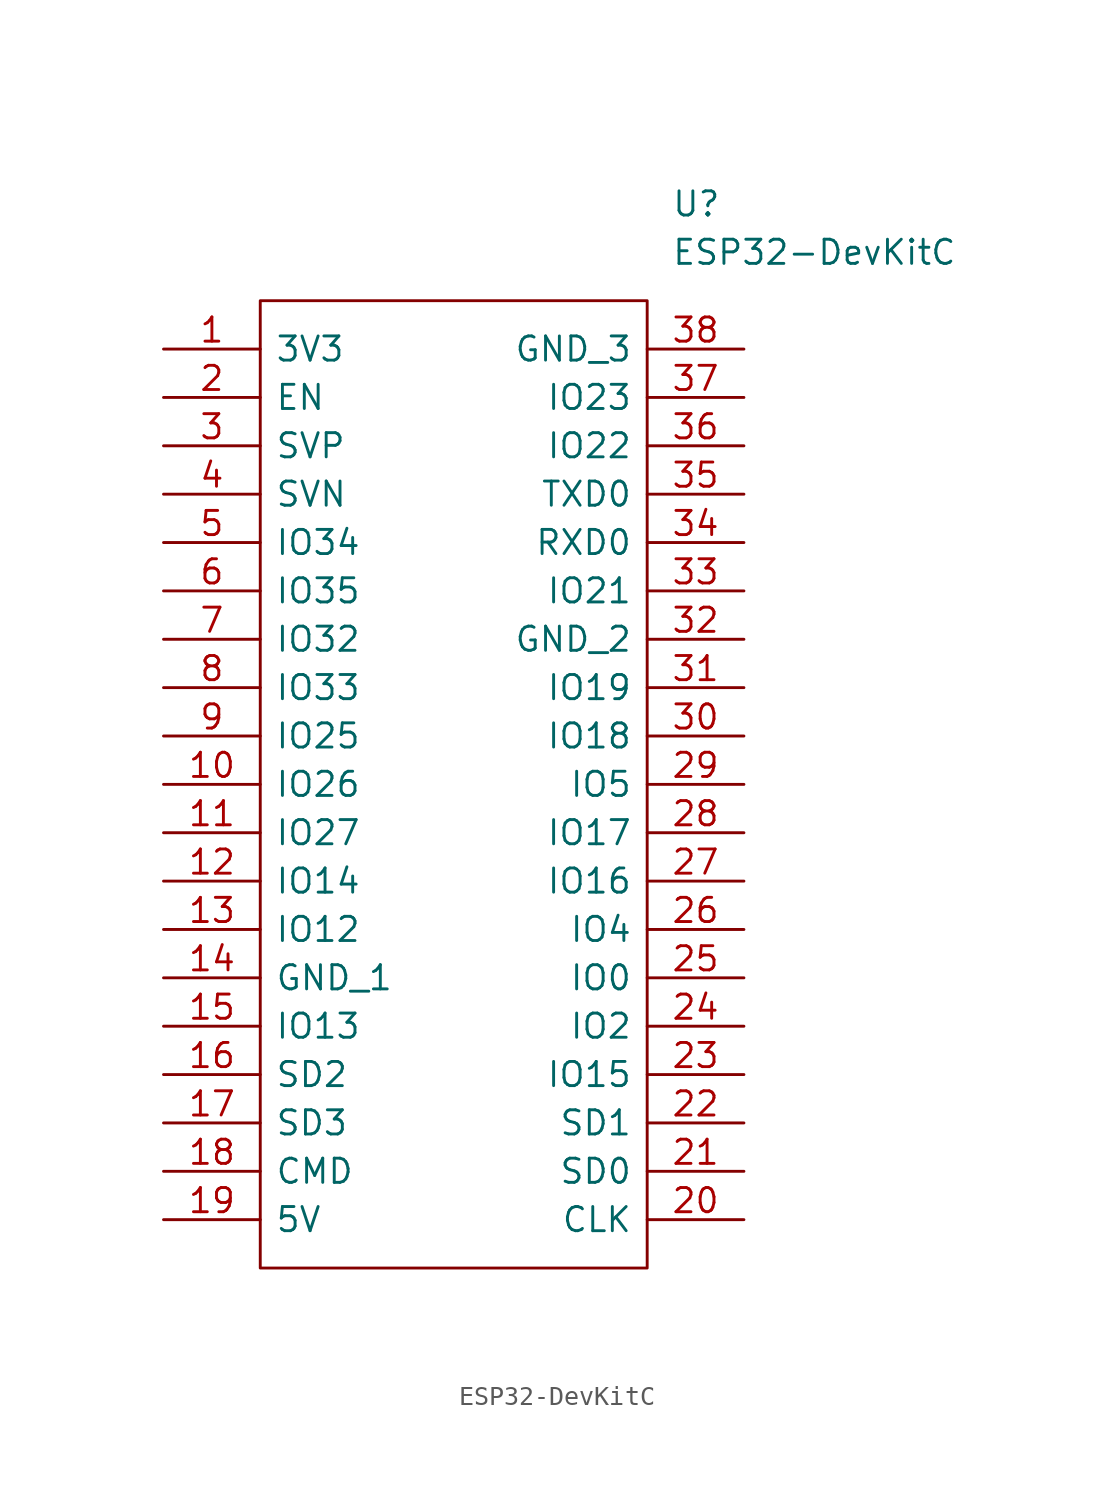
<source format=kicad_sym>
(kicad_symbol_lib
  (version 20211014)
  (generator kicad_symbol_editor)
  (symbol "ESP32-DevKitC"
    (pin_names
      (offset 0.762))
    (property "Reference" "U"
      (at 26.67 7.62 0)
      (effects (font (size 1.27 1.27)) (justify left)))
    (property "Value" "ESP32-DevKitC"
      (at 26.67 5.08 0)
      (effects (font (size 1.27 1.27)) (justify left)))
    (symbol "ESP32-DevKitC_0_0"
      (pin power_in line (at 0 0 0) (length 5.08) (name "3V3" (effects (font (size 1.27 1.27)))) (number "1" (effects (font (size 1.27 1.27)))))
      (pin bidirectional line (at 0 -22.86 0) (length 5.08) (name "IO26" (effects (font (size 1.27 1.27)))) (number "10" (effects (font (size 1.27 1.27)))))
      (pin bidirectional line (at 0 -25.4 0) (length 5.08) (name "IO27" (effects (font (size 1.27 1.27)))) (number "11" (effects (font (size 1.27 1.27)))))
      (pin bidirectional line (at 0 -27.94 0) (length 5.08) (name "IO14" (effects (font (size 1.27 1.27)))) (number "12" (effects (font (size 1.27 1.27)))))
      (pin bidirectional line (at 0 -30.48 0) (length 5.08) (name "IO12" (effects (font (size 1.27 1.27)))) (number "13" (effects (font (size 1.27 1.27)))))
      (pin power_in line (at 0 -33.02 0) (length 5.08) (name "GND_1" (effects (font (size 1.27 1.27)))) (number "14" (effects (font (size 1.27 1.27)))))
      (pin bidirectional line (at 0 -35.56 0) (length 5.08) (name "IO13" (effects (font (size 1.27 1.27)))) (number "15" (effects (font (size 1.27 1.27)))))
      (pin passive line (at 0 -38.1 0) (length 5.08) (name "SD2" (effects (font (size 1.27 1.27)))) (number "16" (effects (font (size 1.27 1.27)))))
      (pin passive line (at 0 -40.64 0) (length 5.08) (name "SD3" (effects (font (size 1.27 1.27)))) (number "17" (effects (font (size 1.27 1.27)))))
      (pin passive line (at 0 -43.18 0) (length 5.08) (name "CMD" (effects (font (size 1.27 1.27)))) (number "18" (effects (font (size 1.27 1.27)))))
      (pin power_in line (at 0 -45.72 0) (length 5.08) (name "5V" (effects (font (size 1.27 1.27)))) (number "19" (effects (font (size 1.27 1.27)))))
      (pin passive line (at 0 -2.54 0) (length 5.08) (name "EN" (effects (font (size 1.27 1.27)))) (number "2" (effects (font (size 1.27 1.27)))))
      (pin passive line (at 30.48 -45.72 180) (length 5.08) (name "CLK" (effects (font (size 1.27 1.27)))) (number "20" (effects (font (size 1.27 1.27)))))
      (pin passive line (at 30.48 -43.18 180) (length 5.08) (name "SD0" (effects (font (size 1.27 1.27)))) (number "21" (effects (font (size 1.27 1.27)))))
      (pin passive line (at 30.48 -40.64 180) (length 5.08) (name "SD1" (effects (font (size 1.27 1.27)))) (number "22" (effects (font (size 1.27 1.27)))))
      (pin passive line (at 30.48 -38.1 180) (length 5.08) (name "IO15" (effects (font (size 1.27 1.27)))) (number "23" (effects (font (size 1.27 1.27)))))
      (pin bidirectional line (at 30.48 -35.56 180) (length 5.08) (name "IO2" (effects (font (size 1.27 1.27)))) (number "24" (effects (font (size 1.27 1.27)))))
      (pin bidirectional line (at 30.48 -33.02 180) (length 5.08) (name "IO0" (effects (font (size 1.27 1.27)))) (number "25" (effects (font (size 1.27 1.27)))))
      (pin bidirectional line (at 30.48 -30.48 180) (length 5.08) (name "IO4" (effects (font (size 1.27 1.27)))) (number "26" (effects (font (size 1.27 1.27)))))
      (pin bidirectional line (at 30.48 -27.94 180) (length 5.08) (name "IO16" (effects (font (size 1.27 1.27)))) (number "27" (effects (font (size 1.27 1.27)))))
      (pin bidirectional line (at 30.48 -25.4 180) (length 5.08) (name "IO17" (effects (font (size 1.27 1.27)))) (number "28" (effects (font (size 1.27 1.27)))))
      (pin bidirectional line (at 30.48 -22.86 180) (length 5.08) (name "IO5" (effects (font (size 1.27 1.27)))) (number "29" (effects (font (size 1.27 1.27)))))
      (pin passive line (at 0 -5.08 0) (length 5.08) (name "SVP" (effects (font (size 1.27 1.27)))) (number "3" (effects (font (size 1.27 1.27)))))
      (pin bidirectional line (at 30.48 -20.32 180) (length 5.08) (name "IO18" (effects (font (size 1.27 1.27)))) (number "30" (effects (font (size 1.27 1.27)))))
      (pin bidirectional line (at 30.48 -17.78 180) (length 5.08) (name "IO19" (effects (font (size 1.27 1.27)))) (number "31" (effects (font (size 1.27 1.27)))))
      (pin power_in line (at 30.48 -15.24 180) (length 5.08) (name "GND_2" (effects (font (size 1.27 1.27)))) (number "32" (effects (font (size 1.27 1.27)))))
      (pin bidirectional line (at 30.48 -12.7 180) (length 5.08) (name "IO21" (effects (font (size 1.27 1.27)))) (number "33" (effects (font (size 1.27 1.27)))))
      (pin passive line (at 30.48 -10.16 180) (length 5.08) (name "RXD0" (effects (font (size 1.27 1.27)))) (number "34" (effects (font (size 1.27 1.27)))))
      (pin passive line (at 30.48 -7.62 180) (length 5.08) (name "TXD0" (effects (font (size 1.27 1.27)))) (number "35" (effects (font (size 1.27 1.27)))))
      (pin bidirectional line (at 30.48 -5.08 180) (length 5.08) (name "IO22" (effects (font (size 1.27 1.27)))) (number "36" (effects (font (size 1.27 1.27)))))
      (pin bidirectional line (at 30.48 -2.54 180) (length 5.08) (name "IO23" (effects (font (size 1.27 1.27)))) (number "37" (effects (font (size 1.27 1.27)))))
      (pin power_in line (at 30.48 0 180) (length 5.08) (name "GND_3" (effects (font (size 1.27 1.27)))) (number "38" (effects (font (size 1.27 1.27)))))
      (pin passive line (at 0 -7.62 0) (length 5.08) (name "SVN" (effects (font (size 1.27 1.27)))) (number "4" (effects (font (size 1.27 1.27)))))
      (pin bidirectional line (at 0 -10.16 0) (length 5.08) (name "IO34" (effects (font (size 1.27 1.27)))) (number "5" (effects (font (size 1.27 1.27)))))
      (pin bidirectional line (at 0 -12.7 0) (length 5.08) (name "IO35" (effects (font (size 1.27 1.27)))) (number "6" (effects (font (size 1.27 1.27)))))
      (pin bidirectional line (at 0 -15.24 0) (length 5.08) (name "IO32" (effects (font (size 1.27 1.27)))) (number "7" (effects (font (size 1.27 1.27)))))
      (pin bidirectional line (at 0 -17.78 0) (length 5.08) (name "IO33" (effects (font (size 1.27 1.27)))) (number "8" (effects (font (size 1.27 1.27)))))
      (pin bidirectional line (at 0 -20.32 0) (length 5.08) (name "IO25" (effects (font (size 1.27 1.27)))) (number "9" (effects (font (size 1.27 1.27))))))
    (symbol "ESP32-DevKitC_0_1"
      (polyline (pts (xy 5.08 2.54) (xy 25.4 2.54) (xy 25.4 -48.26) (xy 5.08 -48.26) (xy 5.08 2.54)) (stroke (width 0.152) (type default) (color 0 0 0 0)) (fill (type none))))))
</source>
